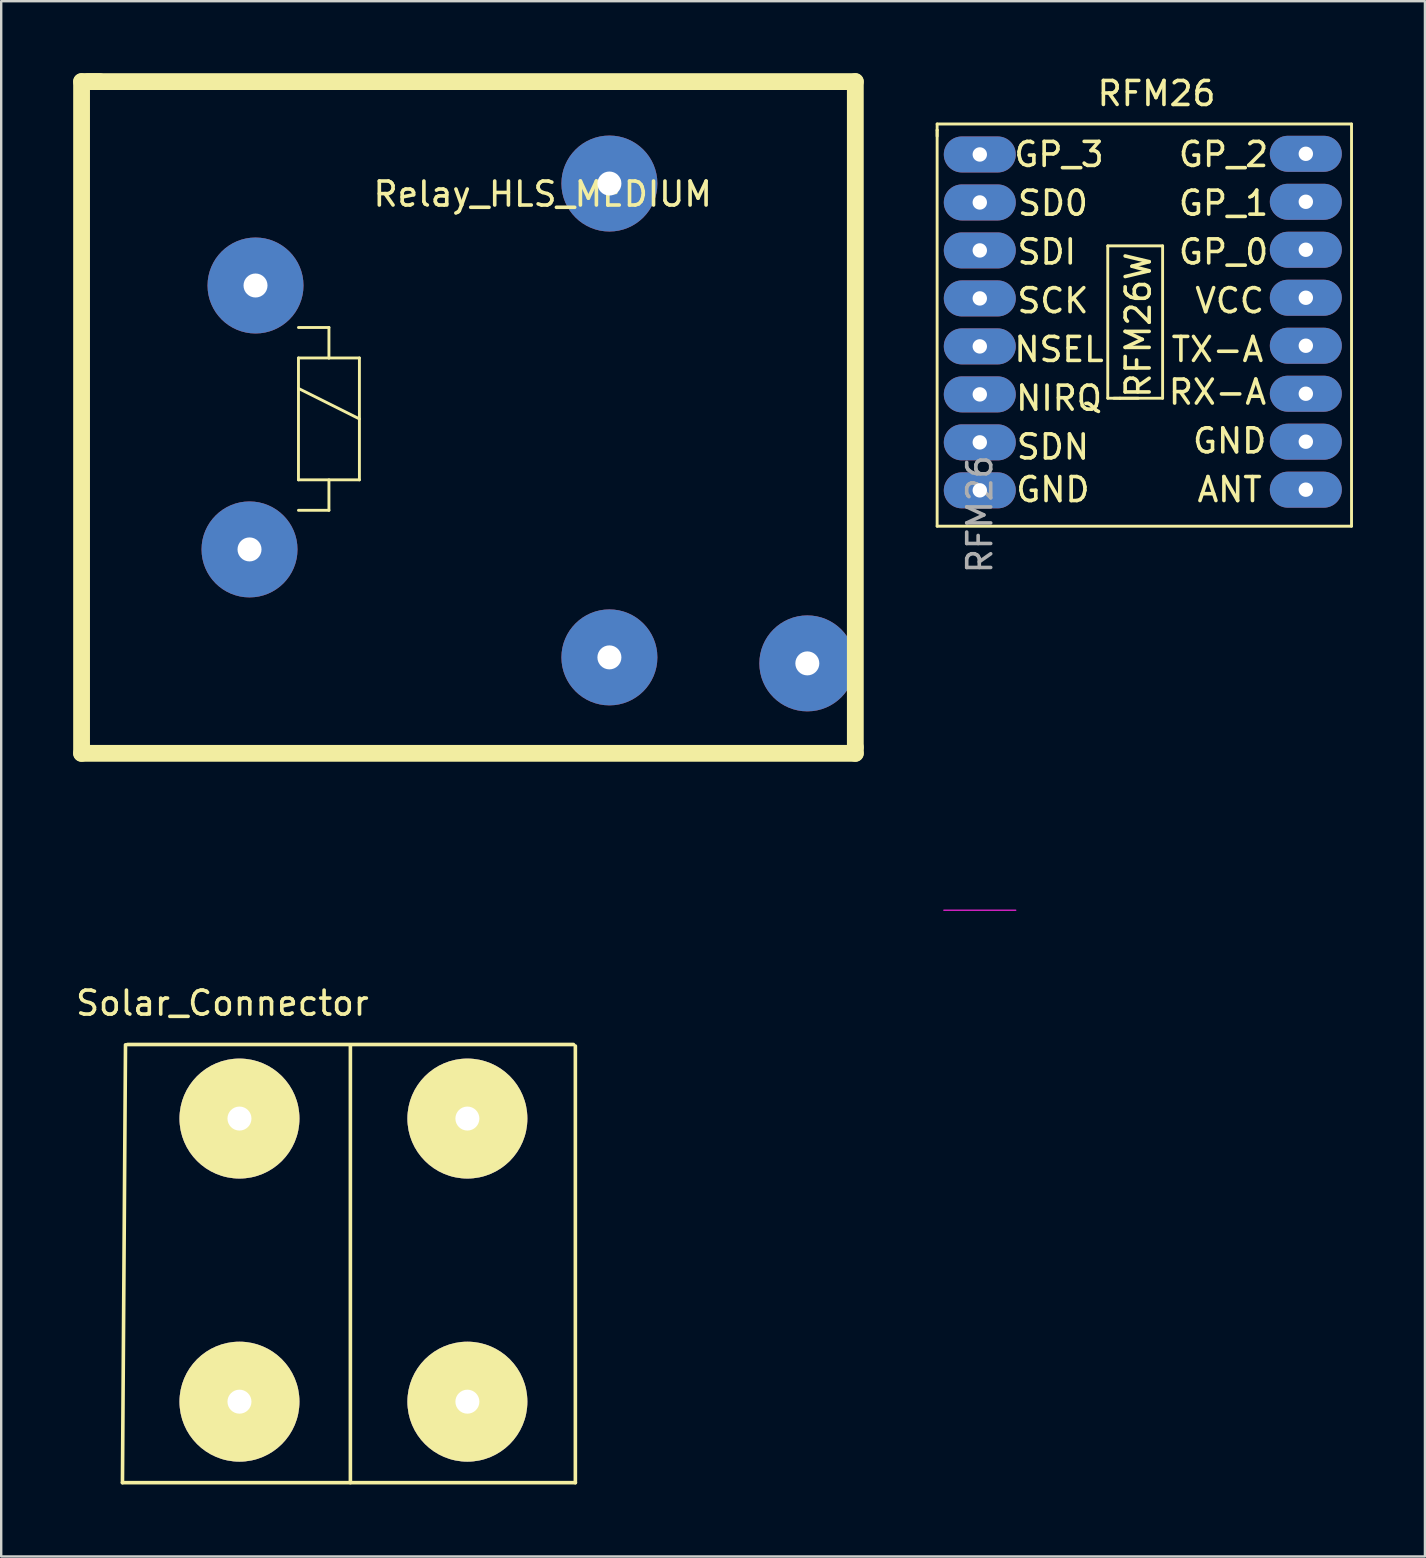
<source format=kicad_pcb>
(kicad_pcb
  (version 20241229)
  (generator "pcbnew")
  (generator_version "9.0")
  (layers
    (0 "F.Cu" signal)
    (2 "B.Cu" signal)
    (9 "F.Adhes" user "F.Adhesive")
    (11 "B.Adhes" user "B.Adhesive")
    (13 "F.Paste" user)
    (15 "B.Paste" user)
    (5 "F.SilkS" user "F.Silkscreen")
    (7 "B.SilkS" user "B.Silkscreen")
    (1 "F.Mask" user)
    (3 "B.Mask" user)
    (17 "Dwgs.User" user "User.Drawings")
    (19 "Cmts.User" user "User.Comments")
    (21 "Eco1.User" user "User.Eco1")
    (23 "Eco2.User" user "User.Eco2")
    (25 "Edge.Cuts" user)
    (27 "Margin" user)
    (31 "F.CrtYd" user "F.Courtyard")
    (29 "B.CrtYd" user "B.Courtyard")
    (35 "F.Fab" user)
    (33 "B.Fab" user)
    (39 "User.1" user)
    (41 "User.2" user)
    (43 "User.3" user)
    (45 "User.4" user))
  (footprint "RFM26"
    (layer "F.Cu")
    (at 37.788 3.388)
    (property "Reference" "RFM26" (at 7.366 -2.54 0) (layer "F.SilkS") (effects (font (size 1 1) (thickness 0.15))))
    (attr through_hole)
    (fp_line (start -1.778 -1.27) (end -1.778 -1.016) (stroke (width 0.12) (type solid)) (layer "F.SilkS"))
    (fp_line (start -1.778 -1.016) (end -1.778 -0.762) (stroke (width 0.12) (type solid)) (layer "F.SilkS"))
    (fp_line (start -1.778 -1.016) (end -1.778 15.494) (stroke (width 0.12) (type solid)) (layer "F.SilkS"))
    (fp_line (start -1.778 15.494) (end 15.494 15.494) (stroke (width 0.12) (type solid)) (layer "F.SilkS"))
    (fp_line (start 5.334 3.81) (end 5.334 10.16) (stroke (width 0.12) (type solid)) (layer "F.SilkS"))
    (fp_line (start 5.334 3.81) (end 7.62 3.81) (stroke (width 0.12) (type solid)) (layer "F.SilkS"))
    (fp_line (start 5.334 10.16) (end 5.842 10.16) (stroke (width 0.12) (type solid)) (layer "F.SilkS"))
    (fp_line (start 5.842 10.16) (end 6.604 10.16) (stroke (width 0.12) (type solid)) (layer "F.SilkS"))
    (fp_line (start 7.62 3.81) (end 7.62 10.16) (stroke (width 0.12) (type solid)) (layer "F.SilkS"))
    (fp_line (start 7.62 10.16) (end 5.588 10.16) (stroke (width 0.12) (type solid)) (layer "F.SilkS"))
    (fp_line (start 15.494 -1.27) (end -1.778 -1.27) (stroke (width 0.12) (type solid)) (layer "F.SilkS"))
    (fp_line (start 15.494 15.494) (end 15.494 -1.27) (stroke (width 0.12) (type solid)) (layer "F.SilkS"))
    (fp_line (start -1.5 31.5) (end 1.5 31.5) (stroke (width 0.05) (type solid)) (layer "F.CrtYd"))
    (fp_text user "SD0" (at 3.048 2.032 0) (layer "F.SilkS") (effects (font (size 1 1) (thickness 0.15))))
    (fp_text user "NSEL" (at 3.302 8.128 0) (layer "F.SilkS") (effects (font (size 1 1) (thickness 0.15))))
    (fp_text user "SCK" (at 3.048 6.096 0) (layer "F.SilkS") (effects (font (size 1 1) (thickness 0.15))))
    (fp_text user "ANT" (at 10.414 13.97 0) (layer "F.SilkS") (effects (font (size 1 1) (thickness 0.15))))
    (fp_text user "SDN" (at 3.048 12.192 0) (layer "F.SilkS") (effects (font (size 1 1) (thickness 0.15))))
    (fp_text user "NIRQ" (at 3.302 10.16 0) (layer "F.SilkS") (effects (font (size 1 1) (thickness 0.15))))
    (fp_text user "GP_2" (at 10.16 0 0) (layer "F.SilkS") (effects (font (size 1 1) (thickness 0.15))))
    (fp_text user "SDI" (at 2.794 4.064 0) (layer "F.SilkS") (effects (font (size 1 1) (thickness 0.15))))
    (fp_text user "GND" (at 3.048 13.97 0) (layer "F.SilkS") (effects (font (size 1 1) (thickness 0.15))))
    (fp_text user "GP_0" (at 10.16 4.064 0) (layer "F.SilkS") (effects (font (size 1 1) (thickness 0.15))))
    (fp_text user "RX-A" (at 9.906 9.906 0) (layer "F.SilkS") (effects (font (size 1 1) (thickness 0.15))))
    (fp_text user "GP_1" (at 10.16 2.032 0) (layer "F.SilkS") (effects (font (size 1 1) (thickness 0.15))))
    (fp_text user "VCC" (at 10.414 6.096 0) (layer "F.SilkS") (effects (font (size 1 1) (thickness 0.15))))
    (fp_text user "GND" (at 10.414 11.938 0) (layer "F.SilkS") (effects (font (size 1 1) (thickness 0.15))))
    (fp_text user "GP_3" (at 3.302 0 0) (layer "F.SilkS") (effects (font (size 1 1) (thickness 0.15))))
    (fp_text user "RFM26W" (at 6.604 7.112 90) (layer "F.SilkS") (effects (font (size 1 1) (thickness 0.15))))
    (fp_text user "TX-A" (at 9.906 8.128 0) (layer "F.SilkS") (effects (font (size 1 1) (thickness 0.15))))
    (fp_text user "${REFERENCE}" (at 0 15 90) (layer "F.Fab") (effects (font (size 1 1) (thickness 0.15))))
    (pad "1" thru_hole oval (at 0 0) (size 3 1.5) (drill 0.6) (layers "*.Cu" "*.Mask"))
    (pad "2" thru_hole oval (at 0 2) (size 3 1.5) (drill 0.6) (layers "*.Cu" "*.Mask"))
    (pad "3" thru_hole oval (at 0 4) (size 3 1.5) (drill 0.6) (layers "*.Cu" "*.Mask"))
    (pad "4" thru_hole oval (at 0 6) (size 3 1.5) (drill 0.6) (layers "*.Cu" "*.Mask"))
    (pad "5" thru_hole oval (at 0 8) (size 3 1.5) (drill 0.6) (layers "*.Cu" "*.Mask"))
    (pad "6" thru_hole oval (at 0 10) (size 3 1.5) (drill 0.6) (layers "*.Cu" "*.Mask"))
    (pad "7" thru_hole oval (at 0 12) (size 3 1.5) (drill 0.6) (layers "*.Cu" "*.Mask"))
    (pad "8" thru_hole oval (at 0 14) (size 3 1.5) (drill 0.6) (layers "*.Cu" "*.Mask"))
    (pad "9" thru_hole oval (at 13.589 13.972) (size 3 1.5) (drill 0.6) (layers "*.Cu" "*.Mask"))
    (pad "10" thru_hole oval (at 13.589 11.972) (size 3 1.5) (drill 0.6) (layers "*.Cu" "*.Mask"))
    (pad "11" thru_hole oval (at 13.589 9.972) (size 3 1.5) (drill 0.6) (layers "*.Cu" "*.Mask"))
    (pad "12" thru_hole oval (at 13.589 7.972) (size 3 1.5) (drill 0.6) (layers "*.Cu" "*.Mask"))
    (pad "13" thru_hole oval (at 13.589 5.972) (size 3 1.5) (drill 0.6) (layers "*.Cu" "*.Mask"))
    (pad "14" thru_hole oval (at 13.589 3.972) (size 3 1.5) (drill 0.6) (layers "*.Cu" "*.Mask"))
    (pad "15" thru_hole oval (at 13.589 1.972) (size 3 1.5) (drill 0.6) (layers "*.Cu" "*.Mask"))
    (pad "16" thru_hole oval (at 13.589 -0.028) (size 3 1.5) (drill 0.6) (layers "*.Cu" "*.Mask")))
  (footprint "Solar_Connector"
    (layer "F.Cu")
    (at 11.554 48.998)
    (property "Reference" "Solar_Connector" (at -5.334 -10.236 0) (layer "F.SilkS") (effects (font (size 1 1) (thickness 0.15))))
    (attr through_hole)
    (fp_line (start -9.5 9.75) (end 9.377 9.75) (stroke (width 0.15) (type solid)) (layer "F.SilkS"))
    (fp_line (start -9.373 -8.5) (end -9.5 9.75) (stroke (width 0.15) (type solid)) (layer "F.SilkS"))
    (fp_line (start -9.296 -8.513) (end 9.3 -8.513) (stroke (width 0.15) (type solid)) (layer "F.SilkS"))
    (fp_line (start 0 9.75) (end 0 -8.5) (stroke (width 0.15) (type solid)) (layer "F.SilkS"))
    (fp_line (start 9.377 -8.45) (end 9.377 9.75) (stroke (width 0.15) (type solid)) (layer "F.SilkS"))
    (pad "1" thru_hole oval (at -4.623 -5.426 90) (size 5 5) (drill 1) (layers "*.Cu" "*.Mask" "F.SilkS"))
    (pad "1" thru_hole oval (at -4.623 6.374 90) (size 5 5) (drill 1) (layers "*.Cu" "*.Mask" "F.SilkS"))
    (pad "2" thru_hole oval (at 4.877 -5.426 90) (size 5 5) (drill 1) (layers "*.Cu" "*.Mask" "F.SilkS"))
    (pad "2" thru_hole oval (at 4.877 6.374 90) (size 5 5) (drill 1) (layers "*.Cu" "*.Mask" "F.SilkS")))
  (footprint "Relay_HLS_MEDIUM"
    (layer "F.Cu")
    (at 16.1 14.1)
    (property "Reference" "Relay_HLS_MEDIUM" (at 3.47 -9.06 0) (layer "F.SilkS") (effects (font (size 1 1) (thickness 0.15))))
    (attr through_hole)
    (fp_line (start -15.75 -13.75) (end -15.5 -13.75) (stroke (width 0.15) (type solid)) (layer "F.SilkS"))
    (fp_line (start -15.75 -13.75) (end -15 -13.75) (stroke (width 0.7) (type solid)) (layer "F.SilkS"))
    (fp_line (start -15.75 14.25) (end -15.75 -13.75) (stroke (width 0.15) (type solid)) (layer "F.SilkS"))
    (fp_line (start -15.75 14.25) (end -15.75 -13.75) (stroke (width 0.7) (type solid)) (layer "F.SilkS"))
    (fp_line (start -15.5 -13.75) (end 16.5 -13.75) (stroke (width 0.7) (type solid)) (layer "F.SilkS"))
    (fp_line (start -6.71 -3.5) (end -5.44 -3.5) (stroke (width 0.12) (type solid)) (layer "F.SilkS"))
    (fp_line (start -6.71 -2.23) (end -5.44 -2.23) (stroke (width 0.12) (type solid)) (layer "F.SilkS"))
    (fp_line (start -6.71 -0.96) (end -4.17 0.31) (stroke (width 0.12) (type solid)) (layer "F.SilkS"))
    (fp_line (start -6.71 2.85) (end -6.71 -2.23) (stroke (width 0.12) (type solid)) (layer "F.SilkS"))
    (fp_line (start -5.44 -3.5) (end -5.44 -2.23) (stroke (width 0.12) (type solid)) (layer "F.SilkS"))
    (fp_line (start -5.44 -2.23) (end -4.17 -2.23) (stroke (width 0.12) (type solid)) (layer "F.SilkS"))
    (fp_line (start -5.44 2.85) (end -5.44 4.12) (stroke (width 0.12) (type solid)) (layer "F.SilkS"))
    (fp_line (start -5.44 4.12) (end -6.71 4.12) (stroke (width 0.12) (type solid)) (layer "F.SilkS"))
    (fp_line (start -4.17 -2.23) (end -4.17 2.85) (stroke (width 0.12) (type solid)) (layer "F.SilkS"))
    (fp_line (start -4.17 2.85) (end -6.71 2.85) (stroke (width 0.12) (type solid)) (layer "F.SilkS"))
    (fp_line (start 16.5 -13.75) (end 16.5 14) (stroke (width 0.7) (type solid)) (layer "F.SilkS"))
    (fp_line (start 16.5 -13.75) (end 16.5 14.25) (stroke (width 0.15) (type solid)) (layer "F.SilkS"))
    (fp_line (start 16.5 14) (end 16.5 14.25) (stroke (width 0.7) (type solid)) (layer "F.SilkS"))
    (fp_line (start 16.5 14.25) (end -15.75 14.25) (stroke (width 0.15) (type solid)) (layer "F.SilkS"))
    (fp_line (start 16.5 14.25) (end -15.75 14.25) (stroke (width 0.7) (type solid)) (layer "F.SilkS"))
    (pad "1" thru_hole circle (at 6.25 10.25) (size 4 4) (drill 1) (layers "*.Cu" "*.Mask"))
    (pad "2" thru_hole circle (at -8.5 -5.25) (size 4 4) (drill 1) (layers "*.Cu" "*.Mask"))
    (pad "6" thru_hole circle (at -8.75 5.75) (size 4 4) (drill 1) (layers "*.Cu" "*.Mask"))
    (pad "7" thru_hole circle (at 6.25 -9.5) (size 4 4) (drill 1) (layers "*.Cu" "*.Mask"))
    (pad "14" thru_hole circle (at 14.5 10.5) (size 4 4) (drill 1) (layers "*.Cu" "*.Mask")))
  (gr_rect
    (start -3 -3)
    (end 56.342 61.823)
    (stroke (width 0.1) (type default))
    (fill no)
    (layer "Edge.Cuts")))
</source>
